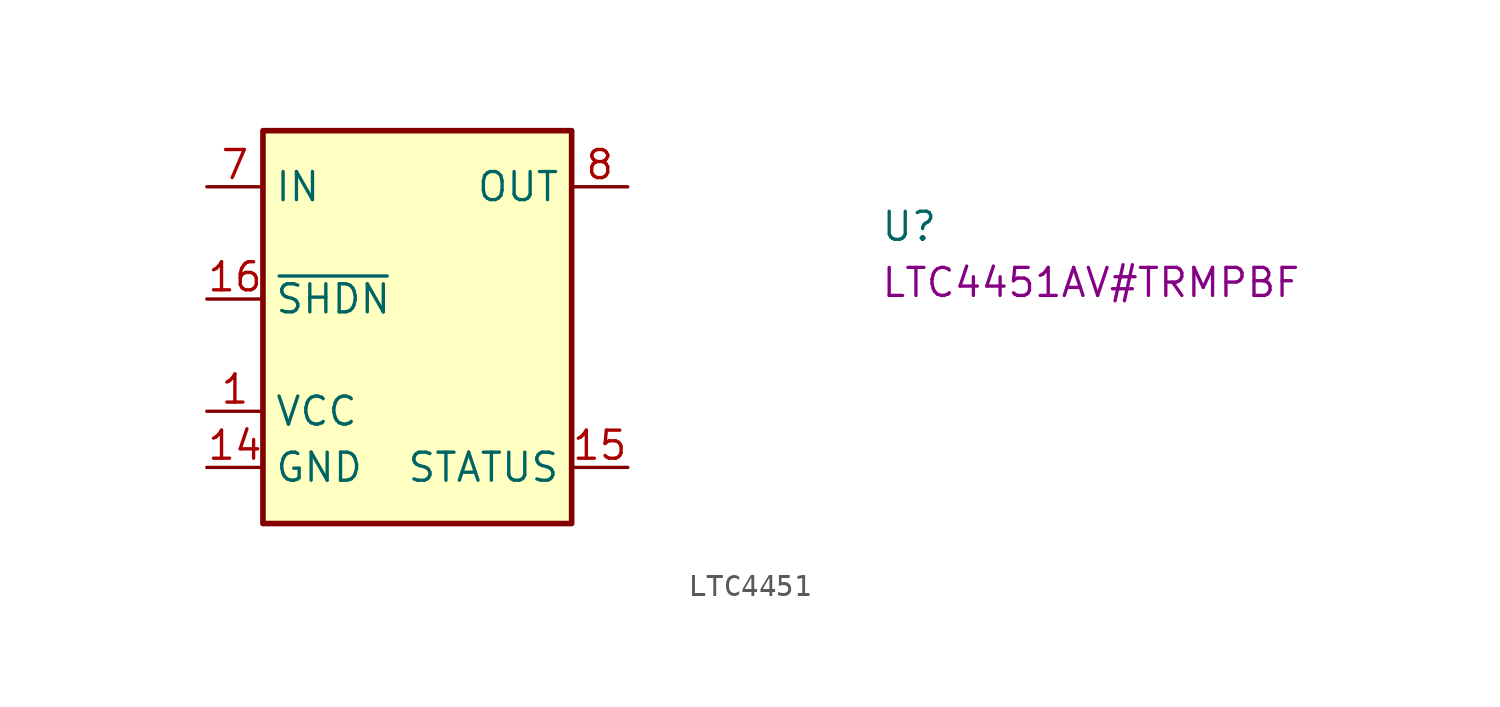
<source format=kicad_sym>
(kicad_symbol_lib
  (version 20220914)
  (generator kicad_symbol_editor)
  (symbol "LTC4451"
    (property "Reference" "U"
      (at 30.48 -2.54 0)
      (effects (font (size 1.27 1.27) (thickness 0.15)) (justify left bottom)))
    (property "MPN" "LTC4451AV#TRMPBF"
      (at 30.48 -5.08 0)
      (effects (font (size 1.27 1.27) (thickness 0.15)) (justify left bottom)))
    (symbol "LTC4451_1_1"
      (rectangle (start 2.54 2.54) (end 16.51 -15.24) (stroke (width 0.254) (type default)) (fill (type background)))
      (pin power_in line (at 0 -10.16 0) (length 2.54) (name "VCC" (effects (font (size 1.27 1.27)))) (number "1" (effects (font (size 1.27 1.27)))))
      (pin passive line (at 19.05 0 180) (length 2.54) hide (name "OUT" (effects (font (size 1.27 1.27)))) (number "10" (effects (font (size 1.27 1.27)))))
      (pin passive line (at 19.05 0 180) (length 2.54) hide (name "OUT" (effects (font (size 1.27 1.27)))) (number "11" (effects (font (size 1.27 1.27)))))
      (pin passive line (at 19.05 0 180) (length 2.54) hide (name "OUT" (effects (font (size 1.27 1.27)))) (number "12" (effects (font (size 1.27 1.27)))))
      (pin passive line (at 19.05 0 180) (length 2.54) hide (name "OUT" (effects (font (size 1.27 1.27)))) (number "13" (effects (font (size 1.27 1.27)))))
      (pin power_in line (at 0 -12.7 0) (length 2.54) (name "GND" (effects (font (size 1.27 1.27)))) (number "14" (effects (font (size 1.27 1.27)))))
      (pin output line (at 19.05 -12.7 180) (length 2.54) (name "STATUS" (effects (font (size 1.27 1.27)))) (number "15" (effects (font (size 1.27 1.27)))))
      (pin input line (at 0 -5.08 0) (length 2.54) (name "~{SHDN}" (effects (font (size 1.27 1.27)))) (number "16" (effects (font (size 1.27 1.27)))))
      (pin passive line (at 0 0 0) (length 2.54) hide (name "IN" (effects (font (size 1.27 1.27)))) (number "2" (effects (font (size 1.27 1.27)))))
      (pin passive line (at 0 0 0) (length 2.54) hide (name "IN" (effects (font (size 1.27 1.27)))) (number "3" (effects (font (size 1.27 1.27)))))
      (pin passive line (at 0 0 0) (length 2.54) hide (name "IN" (effects (font (size 1.27 1.27)))) (number "4" (effects (font (size 1.27 1.27)))))
      (pin passive line (at 0 0 0) (length 2.54) hide (name "IN" (effects (font (size 1.27 1.27)))) (number "5" (effects (font (size 1.27 1.27)))))
      (pin passive line (at 0 0 0) (length 2.54) hide (name "IN" (effects (font (size 1.27 1.27)))) (number "6" (effects (font (size 1.27 1.27)))))
      (pin power_in line (at 0 0 0) (length 2.54) (name "IN" (effects (font (size 1.27 1.27)))) (number "7" (effects (font (size 1.27 1.27)))))
      (pin power_out line (at 19.05 0 180) (length 2.54) (name "OUT" (effects (font (size 1.27 1.27)))) (number "8" (effects (font (size 1.27 1.27)))))
      (pin passive line (at 19.05 0 180) (length 2.54) hide (name "OUT" (effects (font (size 1.27 1.27)))) (number "9" (effects (font (size 1.27 1.27))))))))
</source>
